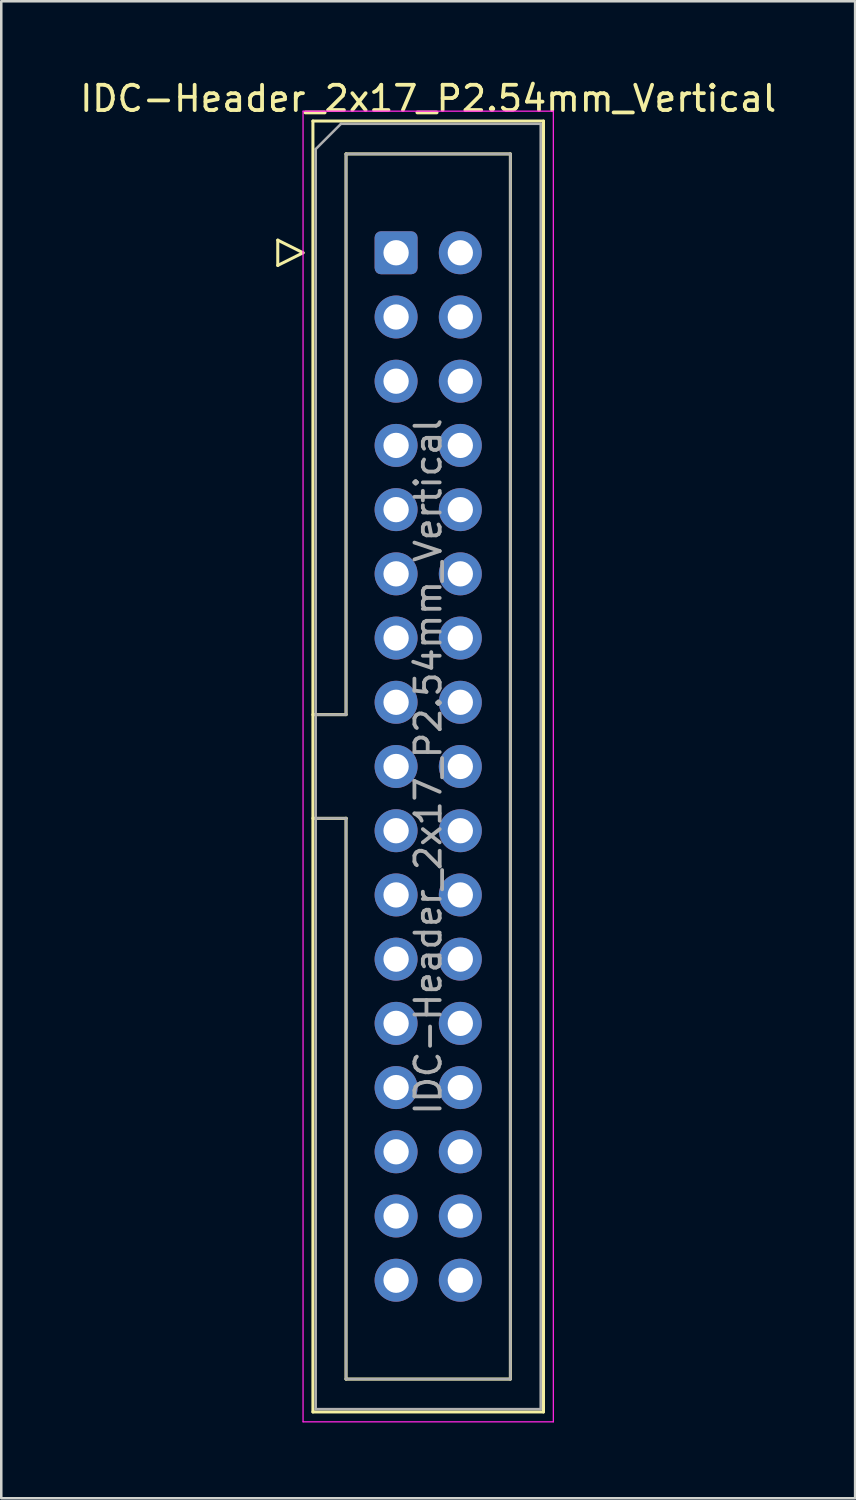
<source format=kicad_pcb>
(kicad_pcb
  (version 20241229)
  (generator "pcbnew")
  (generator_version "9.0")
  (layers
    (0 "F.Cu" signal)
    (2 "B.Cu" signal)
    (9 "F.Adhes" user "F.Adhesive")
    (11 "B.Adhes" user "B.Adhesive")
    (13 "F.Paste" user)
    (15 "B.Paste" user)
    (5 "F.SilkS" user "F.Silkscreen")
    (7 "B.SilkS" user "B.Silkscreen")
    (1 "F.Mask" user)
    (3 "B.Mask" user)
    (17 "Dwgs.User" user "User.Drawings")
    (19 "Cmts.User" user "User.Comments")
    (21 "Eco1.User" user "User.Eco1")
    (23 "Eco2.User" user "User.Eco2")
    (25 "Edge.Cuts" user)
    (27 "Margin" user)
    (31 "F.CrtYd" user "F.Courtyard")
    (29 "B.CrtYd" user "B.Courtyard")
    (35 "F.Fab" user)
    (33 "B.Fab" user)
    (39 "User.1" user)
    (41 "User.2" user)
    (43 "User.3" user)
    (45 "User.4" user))
  (footprint "IDC-Header_2x17_P2.54mm_Vertical"
    (layer "F.Cu")
    (at 12.617 6.948)
    (property "Reference" "IDC-Header_2x17_P2.54mm_Vertical" (at 1.27 -6.1 0) (layer "F.SilkS") (effects (font (size 1 1) (thickness 0.15))))
    (attr through_hole)
    (fp_line (start -4.68 -0.5) (end -4.68 0.5) (stroke (width 0.12) (type solid)) (layer "F.SilkS"))
    (fp_line (start -4.68 0.5) (end -3.68 0) (stroke (width 0.12) (type solid)) (layer "F.SilkS"))
    (fp_line (start -3.68 0) (end -4.68 -0.5) (stroke (width 0.12) (type solid)) (layer "F.SilkS"))
    (fp_line (start -3.29 -5.21) (end 5.83 -5.21) (stroke (width 0.12) (type solid)) (layer "F.SilkS"))
    (fp_line (start -3.29 18.27) (end -1.98 18.27) (stroke (width 0.12) (type solid)) (layer "F.SilkS"))
    (fp_line (start -3.29 45.85) (end -3.29 -5.21) (stroke (width 0.12) (type solid)) (layer "F.SilkS"))
    (fp_line (start -1.98 -3.91) (end 4.52 -3.91) (stroke (width 0.12) (type solid)) (layer "F.SilkS"))
    (fp_line (start -1.98 18.27) (end -1.98 -3.91) (stroke (width 0.12) (type solid)) (layer "F.SilkS"))
    (fp_line (start -1.98 22.37) (end -3.29 22.37) (stroke (width 0.12) (type solid)) (layer "F.SilkS"))
    (fp_line (start -1.98 22.37) (end -1.98 22.37) (stroke (width 0.12) (type solid)) (layer "F.SilkS"))
    (fp_line (start -1.98 44.55) (end -1.98 22.37) (stroke (width 0.12) (type solid)) (layer "F.SilkS"))
    (fp_line (start 4.52 -3.91) (end 4.52 44.55) (stroke (width 0.12) (type solid)) (layer "F.SilkS"))
    (fp_line (start 4.52 44.55) (end -1.98 44.55) (stroke (width 0.12) (type solid)) (layer "F.SilkS"))
    (fp_line (start 5.83 -5.21) (end 5.83 45.85) (stroke (width 0.12) (type solid)) (layer "F.SilkS"))
    (fp_line (start 5.83 45.85) (end -3.29 45.85) (stroke (width 0.12) (type solid)) (layer "F.SilkS"))
    (fp_line (start -3.68 -5.6) (end -3.68 46.24) (stroke (width 0.05) (type solid)) (layer "F.CrtYd"))
    (fp_line (start -3.68 46.24) (end 6.22 46.24) (stroke (width 0.05) (type solid)) (layer "F.CrtYd"))
    (fp_line (start 6.22 -5.6) (end -3.68 -5.6) (stroke (width 0.05) (type solid)) (layer "F.CrtYd"))
    (fp_line (start 6.22 46.24) (end 6.22 -5.6) (stroke (width 0.05) (type solid)) (layer "F.CrtYd"))
    (fp_line (start -3.18 -4.1) (end -2.18 -5.1) (stroke (width 0.1) (type solid)) (layer "F.Fab"))
    (fp_line (start -3.18 18.27) (end -1.98 18.27) (stroke (width 0.1) (type solid)) (layer "F.Fab"))
    (fp_line (start -3.18 45.74) (end -3.18 -4.1) (stroke (width 0.1) (type solid)) (layer "F.Fab"))
    (fp_line (start -2.18 -5.1) (end 5.72 -5.1) (stroke (width 0.1) (type solid)) (layer "F.Fab"))
    (fp_line (start -1.98 -3.91) (end 4.52 -3.91) (stroke (width 0.1) (type solid)) (layer "F.Fab"))
    (fp_line (start -1.98 18.27) (end -1.98 -3.91) (stroke (width 0.1) (type solid)) (layer "F.Fab"))
    (fp_line (start -1.98 22.37) (end -3.18 22.37) (stroke (width 0.1) (type solid)) (layer "F.Fab"))
    (fp_line (start -1.98 22.37) (end -1.98 22.37) (stroke (width 0.1) (type solid)) (layer "F.Fab"))
    (fp_line (start -1.98 44.55) (end -1.98 22.37) (stroke (width 0.1) (type solid)) (layer "F.Fab"))
    (fp_line (start 4.52 -3.91) (end 4.52 44.55) (stroke (width 0.1) (type solid)) (layer "F.Fab"))
    (fp_line (start 4.52 44.55) (end -1.98 44.55) (stroke (width 0.1) (type solid)) (layer "F.Fab"))
    (fp_line (start 5.72 -5.1) (end 5.72 45.74) (stroke (width 0.1) (type solid)) (layer "F.Fab"))
    (fp_line (start 5.72 45.74) (end -3.18 45.74) (stroke (width 0.1) (type solid)) (layer "F.Fab"))
    (fp_text user "${REFERENCE}" (at 1.27 20.32 90) (layer "F.Fab") (effects (font (size 1 1) (thickness 0.15))))
    (pad "1" thru_hole roundrect (at 0 0) (size 1.7 1.7) (drill 1) (layers "*.Cu" "*.Mask") (roundrect_rratio 0.147))
    (pad "2" thru_hole circle (at 2.54 0) (size 1.7 1.7) (drill 1) (layers "*.Cu" "*.Mask"))
    (pad "3" thru_hole circle (at 0 2.54) (size 1.7 1.7) (drill 1) (layers "*.Cu" "*.Mask"))
    (pad "4" thru_hole circle (at 2.54 2.54) (size 1.7 1.7) (drill 1) (layers "*.Cu" "*.Mask"))
    (pad "5" thru_hole circle (at 0 5.08) (size 1.7 1.7) (drill 1) (layers "*.Cu" "*.Mask"))
    (pad "6" thru_hole circle (at 2.54 5.08) (size 1.7 1.7) (drill 1) (layers "*.Cu" "*.Mask"))
    (pad "7" thru_hole circle (at 0 7.62) (size 1.7 1.7) (drill 1) (layers "*.Cu" "*.Mask"))
    (pad "8" thru_hole circle (at 2.54 7.62) (size 1.7 1.7) (drill 1) (layers "*.Cu" "*.Mask"))
    (pad "9" thru_hole circle (at 0 10.16) (size 1.7 1.7) (drill 1) (layers "*.Cu" "*.Mask"))
    (pad "10" thru_hole circle (at 2.54 10.16) (size 1.7 1.7) (drill 1) (layers "*.Cu" "*.Mask"))
    (pad "11" thru_hole circle (at 0 12.7) (size 1.7 1.7) (drill 1) (layers "*.Cu" "*.Mask"))
    (pad "12" thru_hole circle (at 2.54 12.7) (size 1.7 1.7) (drill 1) (layers "*.Cu" "*.Mask"))
    (pad "13" thru_hole circle (at 0 15.24) (size 1.7 1.7) (drill 1) (layers "*.Cu" "*.Mask"))
    (pad "14" thru_hole circle (at 2.54 15.24) (size 1.7 1.7) (drill 1) (layers "*.Cu" "*.Mask"))
    (pad "15" thru_hole circle (at 0 17.78) (size 1.7 1.7) (drill 1) (layers "*.Cu" "*.Mask"))
    (pad "16" thru_hole circle (at 2.54 17.78) (size 1.7 1.7) (drill 1) (layers "*.Cu" "*.Mask"))
    (pad "17" thru_hole circle (at 0 20.32) (size 1.7 1.7) (drill 1) (layers "*.Cu" "*.Mask"))
    (pad "18" thru_hole circle (at 2.54 20.32) (size 1.7 1.7) (drill 1) (layers "*.Cu" "*.Mask"))
    (pad "19" thru_hole circle (at 0 22.86) (size 1.7 1.7) (drill 1) (layers "*.Cu" "*.Mask"))
    (pad "20" thru_hole circle (at 2.54 22.86) (size 1.7 1.7) (drill 1) (layers "*.Cu" "*.Mask"))
    (pad "21" thru_hole circle (at 0 25.4) (size 1.7 1.7) (drill 1) (layers "*.Cu" "*.Mask"))
    (pad "22" thru_hole circle (at 2.54 25.4) (size 1.7 1.7) (drill 1) (layers "*.Cu" "*.Mask"))
    (pad "23" thru_hole circle (at 0 27.94) (size 1.7 1.7) (drill 1) (layers "*.Cu" "*.Mask"))
    (pad "24" thru_hole circle (at 2.54 27.94) (size 1.7 1.7) (drill 1) (layers "*.Cu" "*.Mask"))
    (pad "25" thru_hole circle (at 0 30.48) (size 1.7 1.7) (drill 1) (layers "*.Cu" "*.Mask"))
    (pad "26" thru_hole circle (at 2.54 30.48) (size 1.7 1.7) (drill 1) (layers "*.Cu" "*.Mask"))
    (pad "27" thru_hole circle (at 0 33.02) (size 1.7 1.7) (drill 1) (layers "*.Cu" "*.Mask"))
    (pad "28" thru_hole circle (at 2.54 33.02) (size 1.7 1.7) (drill 1) (layers "*.Cu" "*.Mask"))
    (pad "29" thru_hole circle (at 0 35.56) (size 1.7 1.7) (drill 1) (layers "*.Cu" "*.Mask"))
    (pad "30" thru_hole circle (at 2.54 35.56) (size 1.7 1.7) (drill 1) (layers "*.Cu" "*.Mask"))
    (pad "31" thru_hole circle (at 0 38.1) (size 1.7 1.7) (drill 1) (layers "*.Cu" "*.Mask"))
    (pad "32" thru_hole circle (at 2.54 38.1) (size 1.7 1.7) (drill 1) (layers "*.Cu" "*.Mask"))
    (pad "33" thru_hole circle (at 0 40.64) (size 1.7 1.7) (drill 1) (layers "*.Cu" "*.Mask"))
    (pad "34" thru_hole circle (at 2.54 40.64) (size 1.7 1.7) (drill 1) (layers "*.Cu" "*.Mask")))
  (gr_rect
    (start -3 -3)
    (end 30.774 56.213)
    (stroke (width 0.1) (type default))
    (fill no)
    (layer "Edge.Cuts")))
</source>
